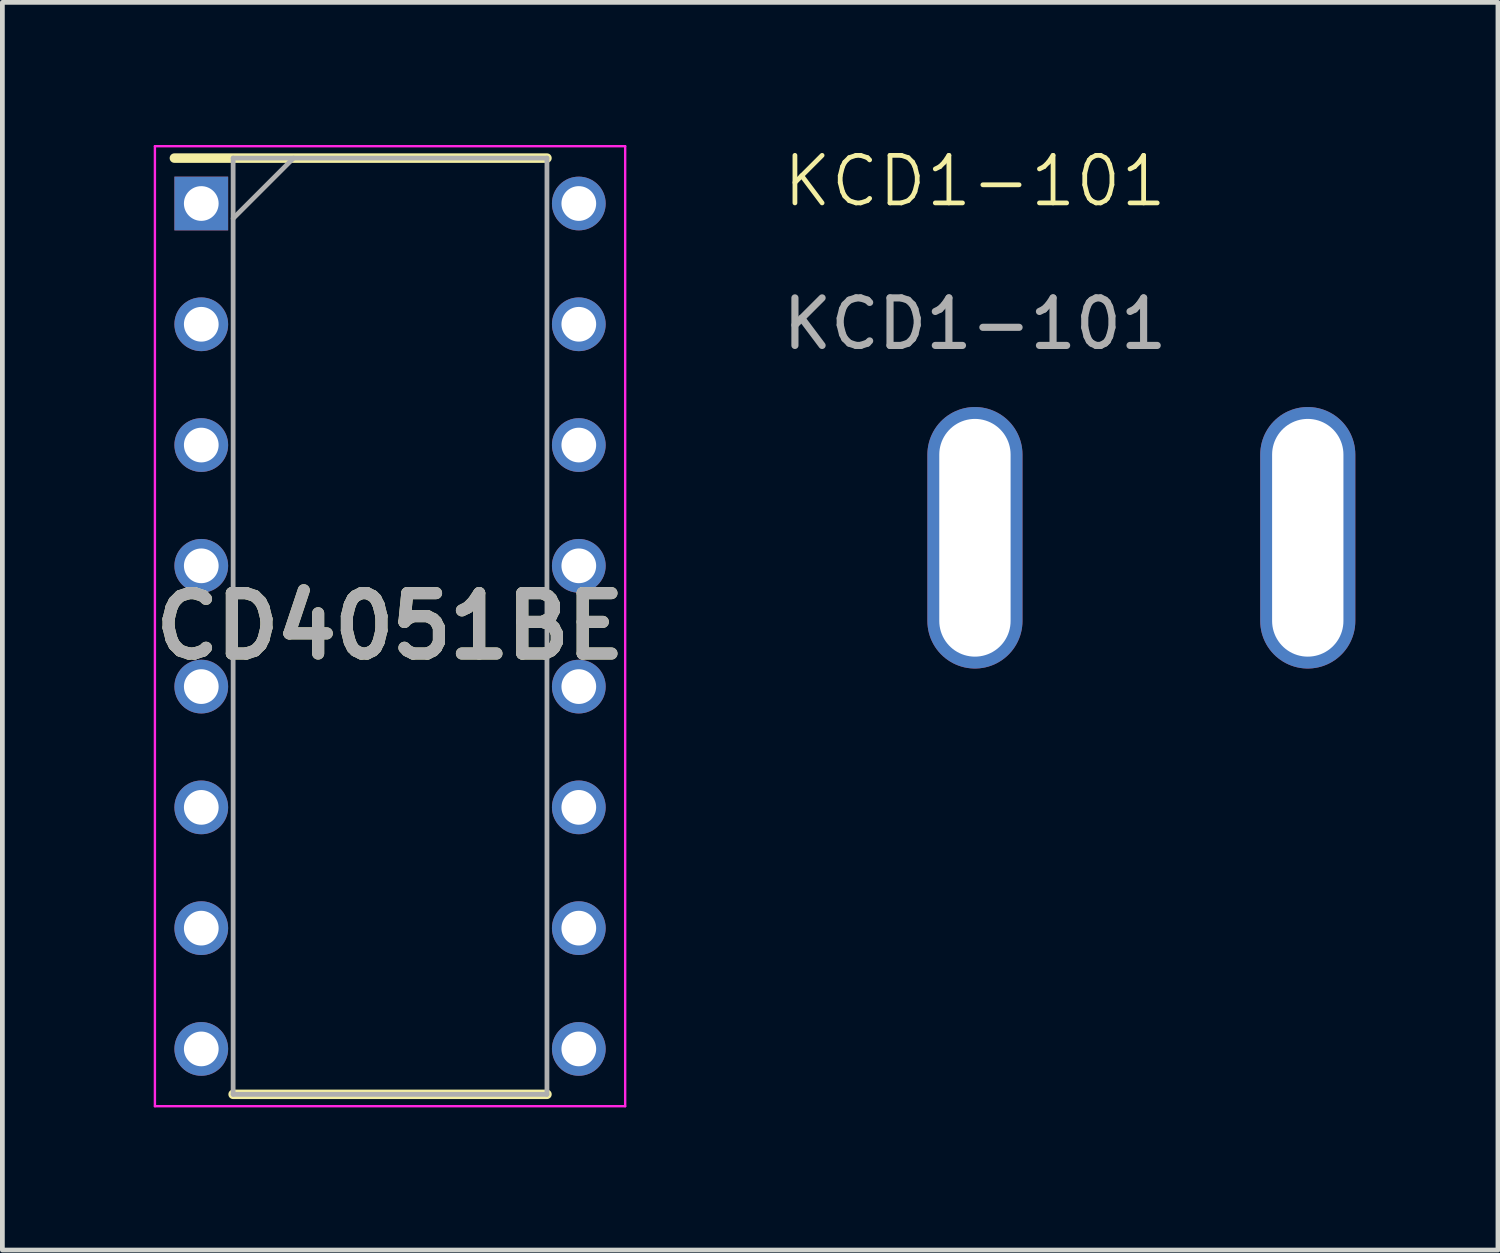
<source format=kicad_pcb>
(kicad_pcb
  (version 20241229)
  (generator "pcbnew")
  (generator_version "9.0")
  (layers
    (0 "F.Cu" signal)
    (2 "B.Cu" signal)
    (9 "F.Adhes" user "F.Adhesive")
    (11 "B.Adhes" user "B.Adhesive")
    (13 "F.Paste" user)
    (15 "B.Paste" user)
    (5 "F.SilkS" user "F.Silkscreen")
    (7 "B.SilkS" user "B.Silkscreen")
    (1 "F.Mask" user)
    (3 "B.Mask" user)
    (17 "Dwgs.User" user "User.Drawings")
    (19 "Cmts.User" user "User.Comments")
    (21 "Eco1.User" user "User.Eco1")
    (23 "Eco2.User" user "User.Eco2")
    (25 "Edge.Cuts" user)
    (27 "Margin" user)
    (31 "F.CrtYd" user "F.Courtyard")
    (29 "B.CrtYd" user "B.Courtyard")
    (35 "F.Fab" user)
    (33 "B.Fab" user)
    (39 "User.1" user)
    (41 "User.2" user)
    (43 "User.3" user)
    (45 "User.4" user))
  (footprint "CD4051BE"
    (layer "F.Cu")
    (at 5.153 10.12)
    (property "Reference" "CD4051BE" (at 0 0 0) (layer "F.SilkS") (effects (font (size 1.27 1.27) (thickness 0.254))))
    (attr through_hole)
    (fp_line (start -4.535 -9.845) (end 3.3 -9.845) (stroke (width 0.2) (type solid)) (layer "F.SilkS"))
    (fp_line (start -3.3 9.845) (end 3.3 9.845) (stroke (width 0.2) (type solid)) (layer "F.SilkS"))
    (fp_line (start -4.945 -10.095) (end 4.945 -10.095) (stroke (width 0.05) (type solid)) (layer "F.CrtYd"))
    (fp_line (start -4.945 10.095) (end -4.945 -10.095) (stroke (width 0.05) (type solid)) (layer "F.CrtYd"))
    (fp_line (start 4.945 -10.095) (end 4.945 10.095) (stroke (width 0.05) (type solid)) (layer "F.CrtYd"))
    (fp_line (start 4.945 10.095) (end -4.945 10.095) (stroke (width 0.05) (type solid)) (layer "F.CrtYd"))
    (fp_line (start -3.3 -9.845) (end 3.3 -9.845) (stroke (width 0.1) (type solid)) (layer "F.Fab"))
    (fp_line (start -3.3 -8.575) (end -2.03 -9.845) (stroke (width 0.1) (type solid)) (layer "F.Fab"))
    (fp_line (start -3.3 9.845) (end -3.3 -9.845) (stroke (width 0.1) (type solid)) (layer "F.Fab"))
    (fp_line (start 3.3 -9.845) (end 3.3 9.845) (stroke (width 0.1) (type solid)) (layer "F.Fab"))
    (fp_line (start 3.3 9.845) (end -3.3 9.845) (stroke (width 0.1) (type solid)) (layer "F.Fab"))
    (fp_text user "${REFERENCE}" (at 0 0 0) (layer "F.Fab") (effects (font (size 1.27 1.27) (thickness 0.254))))
    (pad "1" thru_hole rect (at -3.97 -8.89) (size 1.13 1.13) (drill 0.73) (layers "*.Cu" "*.Mask"))
    (pad "2" thru_hole circle (at -3.97 -6.35) (size 1.13 1.13) (drill 0.73) (layers "*.Cu" "*.Mask"))
    (pad "3" thru_hole circle (at -3.97 -3.81) (size 1.13 1.13) (drill 0.73) (layers "*.Cu" "*.Mask"))
    (pad "4" thru_hole circle (at -3.97 -1.27) (size 1.13 1.13) (drill 0.73) (layers "*.Cu" "*.Mask"))
    (pad "5" thru_hole circle (at -3.97 1.27) (size 1.13 1.13) (drill 0.73) (layers "*.Cu" "*.Mask"))
    (pad "6" thru_hole circle (at -3.97 3.81) (size 1.13 1.13) (drill 0.73) (layers "*.Cu" "*.Mask"))
    (pad "7" thru_hole circle (at -3.97 6.35) (size 1.13 1.13) (drill 0.73) (layers "*.Cu" "*.Mask"))
    (pad "8" thru_hole circle (at -3.97 8.89) (size 1.13 1.13) (drill 0.73) (layers "*.Cu" "*.Mask"))
    (pad "9" thru_hole circle (at 3.97 8.89) (size 1.13 1.13) (drill 0.73) (layers "*.Cu" "*.Mask"))
    (pad "10" thru_hole circle (at 3.97 6.35) (size 1.13 1.13) (drill 0.73) (layers "*.Cu" "*.Mask"))
    (pad "11" thru_hole circle (at 3.97 3.81) (size 1.13 1.13) (drill 0.73) (layers "*.Cu" "*.Mask"))
    (pad "12" thru_hole circle (at 3.97 1.27) (size 1.13 1.13) (drill 0.73) (layers "*.Cu" "*.Mask"))
    (pad "13" thru_hole circle (at 3.97 -1.27) (size 1.13 1.13) (drill 0.73) (layers "*.Cu" "*.Mask"))
    (pad "14" thru_hole circle (at 3.97 -3.81) (size 1.13 1.13) (drill 0.73) (layers "*.Cu" "*.Mask"))
    (pad "15" thru_hole circle (at 3.97 -6.35) (size 1.13 1.13) (drill 0.73) (layers "*.Cu" "*.Mask"))
    (pad "16" thru_hole circle (at 3.97 -8.89) (size 1.13 1.13) (drill 0.73) (layers "*.Cu" "*.Mask")))
  (footprint "KCD1-101"
    (layer "F.Cu")
    (at 17.454 1.26)
    (property "Reference" "KCD1-101" (at 0 -0.5 0) (unlocked yes) (layer "F.SilkS") (effects (font (size 1 1) (thickness 0.1))))
    (attr through_hole)
    (fp_text user "${REFERENCE}" (at 0 2.5 0) (unlocked yes) (layer "F.Fab") (effects (font (size 1 1) (thickness 0.15))))
    (pad "1" thru_hole oval (at 0 7 90) (size 5.5 2) (drill oval 5 1.5) (layers "*.Cu" "*.Mask"))
    (pad "2" thru_hole oval (at 7 7 90) (size 5.5 2) (drill oval 5 1.5) (layers "*.Cu" "*.Mask")))
  (gr_rect
    (start -3 -3)
    (end 28.454 23.24)
    (stroke (width 0.1) (type default))
    (fill no)
    (layer "Edge.Cuts")))
</source>
